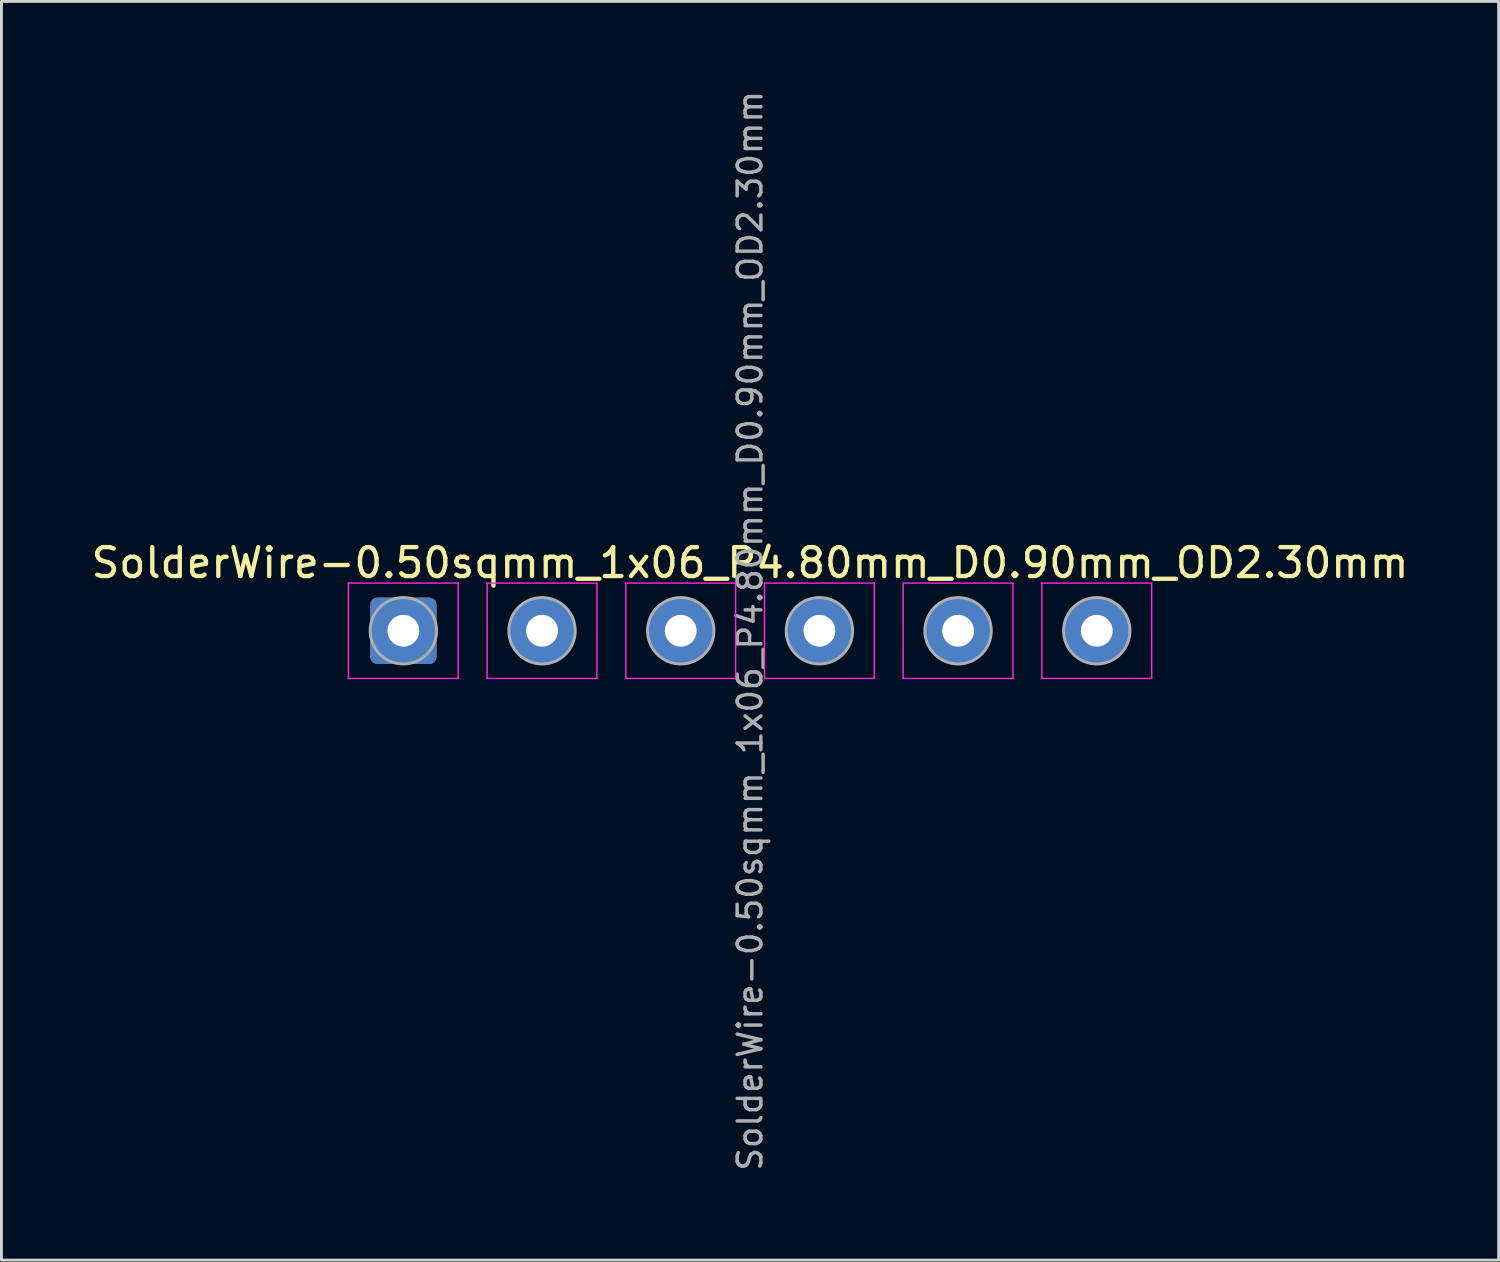
<source format=kicad_pcb>
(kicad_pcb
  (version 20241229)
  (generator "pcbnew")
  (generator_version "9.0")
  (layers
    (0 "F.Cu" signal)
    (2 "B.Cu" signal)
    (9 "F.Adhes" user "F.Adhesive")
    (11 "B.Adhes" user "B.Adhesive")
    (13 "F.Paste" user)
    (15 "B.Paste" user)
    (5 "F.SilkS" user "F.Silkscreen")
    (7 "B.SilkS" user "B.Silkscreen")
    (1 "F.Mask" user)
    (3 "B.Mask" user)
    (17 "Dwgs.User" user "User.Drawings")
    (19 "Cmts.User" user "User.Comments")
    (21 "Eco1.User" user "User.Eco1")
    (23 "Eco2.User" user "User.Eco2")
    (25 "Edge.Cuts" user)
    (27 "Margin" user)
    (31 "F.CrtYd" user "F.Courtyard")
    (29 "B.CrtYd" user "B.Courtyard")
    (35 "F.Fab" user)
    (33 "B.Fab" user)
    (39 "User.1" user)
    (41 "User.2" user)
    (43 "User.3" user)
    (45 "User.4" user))
  (footprint "SolderWire-0.50sqmm_1x06_P4.80mm_D0.90mm_OD2.30mm"
    (layer "F.Cu")
    (at 10.911 18.782)
    (property "Reference" "SolderWire-0.50sqmm_1x06_P4.80mm_D0.90mm_OD2.30mm" (at 12 -2.35 0) (layer "F.SilkS") (effects (font (size 1 1) (thickness 0.15))))
    (attr exclude_from_pos_files exclude_from_bom)
    (fp_line (start -1.9 -1.65) (end -1.9 1.65) (stroke (width 0.05) (type solid)) (layer "F.CrtYd"))
    (fp_line (start -1.9 1.65) (end 1.9 1.65) (stroke (width 0.05) (type solid)) (layer "F.CrtYd"))
    (fp_line (start 1.9 -1.65) (end -1.9 -1.65) (stroke (width 0.05) (type solid)) (layer "F.CrtYd"))
    (fp_line (start 1.9 1.65) (end 1.9 -1.65) (stroke (width 0.05) (type solid)) (layer "F.CrtYd"))
    (fp_line (start 2.9 -1.65) (end 2.9 1.65) (stroke (width 0.05) (type solid)) (layer "F.CrtYd"))
    (fp_line (start 2.9 1.65) (end 6.7 1.65) (stroke (width 0.05) (type solid)) (layer "F.CrtYd"))
    (fp_line (start 6.7 -1.65) (end 2.9 -1.65) (stroke (width 0.05) (type solid)) (layer "F.CrtYd"))
    (fp_line (start 6.7 1.65) (end 6.7 -1.65) (stroke (width 0.05) (type solid)) (layer "F.CrtYd"))
    (fp_line (start 7.7 -1.65) (end 7.7 1.65) (stroke (width 0.05) (type solid)) (layer "F.CrtYd"))
    (fp_line (start 7.7 1.65) (end 11.5 1.65) (stroke (width 0.05) (type solid)) (layer "F.CrtYd"))
    (fp_line (start 11.5 -1.65) (end 7.7 -1.65) (stroke (width 0.05) (type solid)) (layer "F.CrtYd"))
    (fp_line (start 11.5 1.65) (end 11.5 -1.65) (stroke (width 0.05) (type solid)) (layer "F.CrtYd"))
    (fp_line (start 12.5 -1.65) (end 12.5 1.65) (stroke (width 0.05) (type solid)) (layer "F.CrtYd"))
    (fp_line (start 12.5 1.65) (end 16.3 1.65) (stroke (width 0.05) (type solid)) (layer "F.CrtYd"))
    (fp_line (start 16.3 -1.65) (end 12.5 -1.65) (stroke (width 0.05) (type solid)) (layer "F.CrtYd"))
    (fp_line (start 16.3 1.65) (end 16.3 -1.65) (stroke (width 0.05) (type solid)) (layer "F.CrtYd"))
    (fp_line (start 17.3 -1.65) (end 17.3 1.65) (stroke (width 0.05) (type solid)) (layer "F.CrtYd"))
    (fp_line (start 17.3 1.65) (end 21.1 1.65) (stroke (width 0.05) (type solid)) (layer "F.CrtYd"))
    (fp_line (start 21.1 -1.65) (end 17.3 -1.65) (stroke (width 0.05) (type solid)) (layer "F.CrtYd"))
    (fp_line (start 21.1 1.65) (end 21.1 -1.65) (stroke (width 0.05) (type solid)) (layer "F.CrtYd"))
    (fp_line (start 22.1 -1.65) (end 22.1 1.65) (stroke (width 0.05) (type solid)) (layer "F.CrtYd"))
    (fp_line (start 22.1 1.65) (end 25.9 1.65) (stroke (width 0.05) (type solid)) (layer "F.CrtYd"))
    (fp_line (start 25.9 -1.65) (end 22.1 -1.65) (stroke (width 0.05) (type solid)) (layer "F.CrtYd"))
    (fp_line (start 25.9 1.65) (end 25.9 -1.65) (stroke (width 0.05) (type solid)) (layer "F.CrtYd"))
    (fp_circle (center 0 0) (end 1.15 0) (stroke (width 0.1) (type solid)) (fill no) (layer "F.Fab"))
    (fp_circle (center 4.8 0) (end 5.95 0) (stroke (width 0.1) (type solid)) (fill no) (layer "F.Fab"))
    (fp_circle (center 9.6 0) (end 10.75 0) (stroke (width 0.1) (type solid)) (fill no) (layer "F.Fab"))
    (fp_circle (center 14.4 0) (end 15.55 0) (stroke (width 0.1) (type solid)) (fill no) (layer "F.Fab"))
    (fp_circle (center 19.2 0) (end 20.35 0) (stroke (width 0.1) (type solid)) (fill no) (layer "F.Fab"))
    (fp_circle (center 24 0) (end 25.15 0) (stroke (width 0.1) (type solid)) (fill no) (layer "F.Fab"))
    (fp_text user "${REFERENCE}" (at 12 0 90) (layer "F.Fab") (effects (font (size 0.82 0.82) (thickness 0.12))))
    (pad "1" thru_hole roundrect (at 0 0) (size 2.3 2.3) (drill 1.1) (layers "*.Cu" "*.Mask") (roundrect_rratio 0.109))
    (pad "2" thru_hole circle (at 4.8 0) (size 2.3 2.3) (drill 1.1) (layers "*.Cu" "*.Mask"))
    (pad "3" thru_hole circle (at 9.6 0) (size 2.3 2.3) (drill 1.1) (layers "*.Cu" "*.Mask"))
    (pad "4" thru_hole circle (at 14.4 0) (size 2.3 2.3) (drill 1.1) (layers "*.Cu" "*.Mask"))
    (pad "5" thru_hole circle (at 19.2 0) (size 2.3 2.3) (drill 1.1) (layers "*.Cu" "*.Mask"))
    (pad "6" thru_hole circle (at 24 0) (size 2.3 2.3) (drill 1.1) (layers "*.Cu" "*.Mask")))
  (gr_rect
    (start -3 -3)
    (end 48.821 40.565)
    (stroke (width 0.1) (type default))
    (fill no)
    (layer "Edge.Cuts")))
</source>
